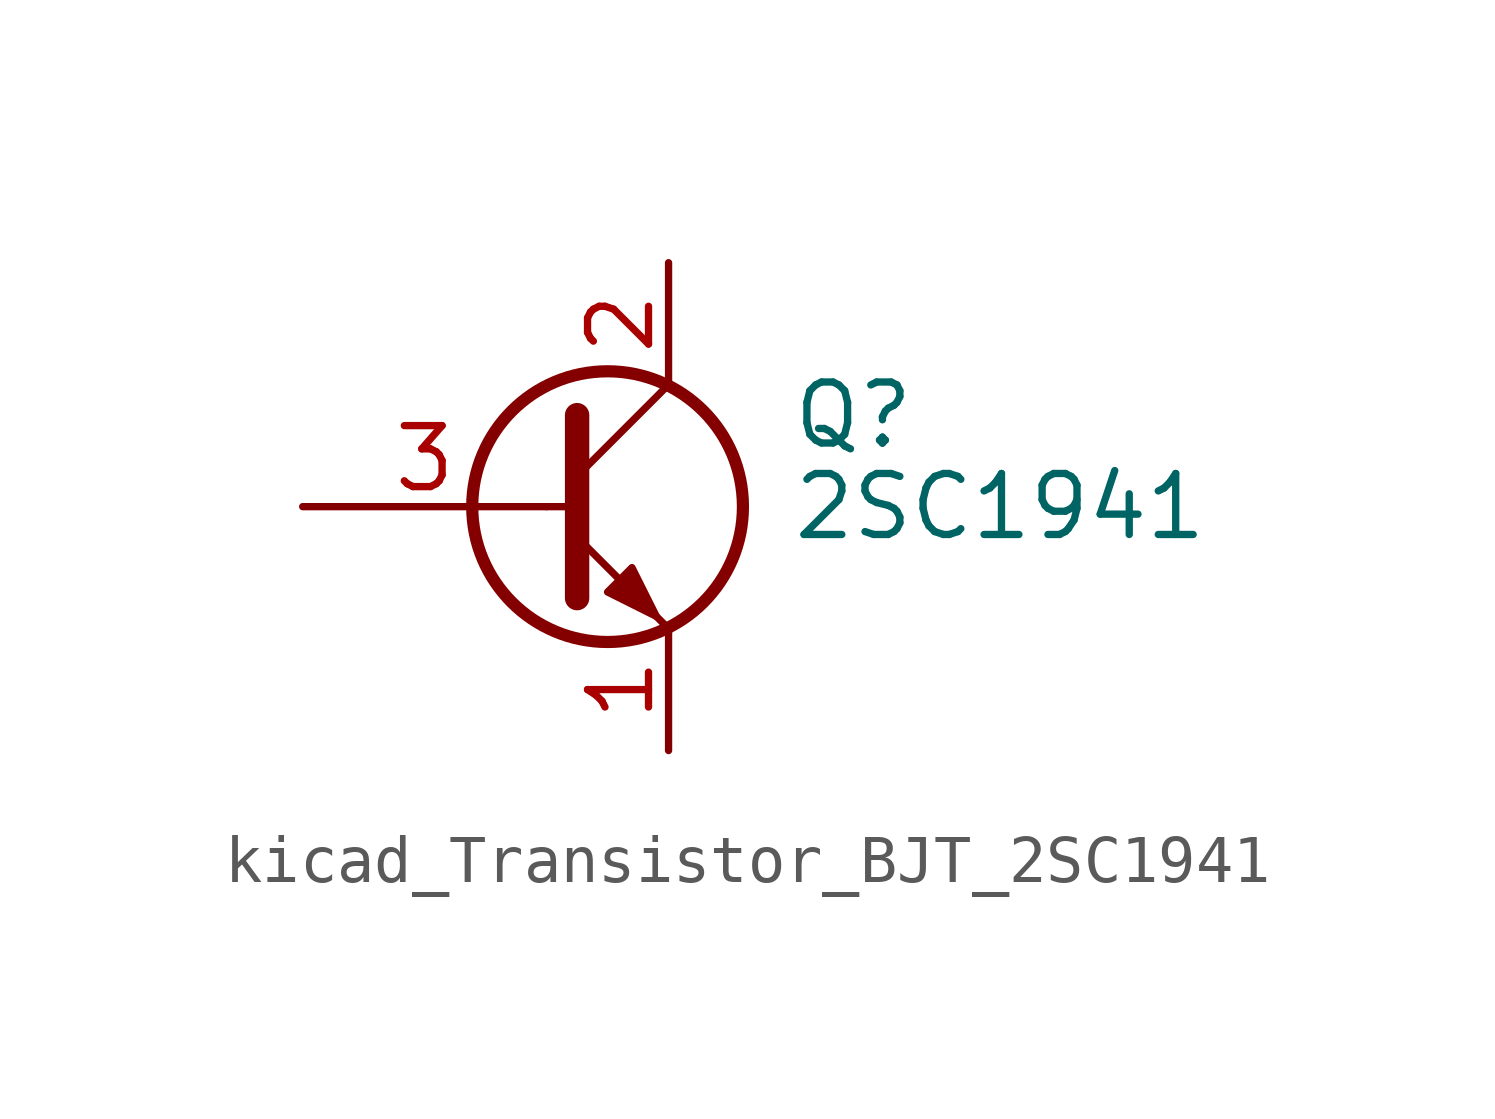
<source format=kicad_sym>
(kicad_symbol_lib
  (version 20220914)
  (generator kicad_symbol_editor)
  (symbol "kicad_Transistor_BJT_2SC1941"
    (pin_names
      (offset 0) hide)
    (property "Reference" "Q"
      (at 5.08 1.905 0)
      (effects (font (size 1.27 1.27)) (justify left)))
    (property "Value" "2SC1941"
      (at 5.08 0 0)
      (effects (font (size 1.27 1.27)) (justify left)))
    (symbol "kicad_Transistor_BJT_2SC1941_0_1"
      (polyline (pts (xy 0 0) (xy 0.635 0)) (stroke (width 0) (type default)) (fill (type none)))
      (polyline (pts (xy 0.635 0.635) (xy 2.54 2.54)) (stroke (width 0) (type default)) (fill (type none)))
      (polyline (pts (xy 0.635 -0.635) (xy 2.54 -2.54) (xy 2.54 -2.54)) (stroke (width 0) (type default)) (fill (type none)))
      (polyline (pts (xy 0.635 1.905) (xy 0.635 -1.905) (xy 0.635 -1.905)) (stroke (width 0.508) (type default)) (fill (type none)))
      (polyline (pts (xy 1.27 -1.778) (xy 1.778 -1.27) (xy 2.286 -2.286) (xy 1.27 -1.778) (xy 1.27 -1.778)) (stroke (width 0) (type default)) (fill (type outline)))
      (circle (center 1.27 0) (radius 2.819) (stroke (width 0.254) (type default)) (fill (type none))))
    (symbol "kicad_Transistor_BJT_2SC1941_1_1"
      (pin passive line (at 2.54 -5.08 90) (length 2.54) (name "E" (effects (font (size 1.27 1.27)))) (number "1" (effects (font (size 1.27 1.27)))))
      (pin passive line (at 2.54 5.08 270) (length 2.54) (name "C" (effects (font (size 1.27 1.27)))) (number "2" (effects (font (size 1.27 1.27)))))
      (pin input line (at -5.08 0 0) (length 5.08) (name "B" (effects (font (size 1.27 1.27)))) (number "3" (effects (font (size 1.27 1.27))))))))
</source>
